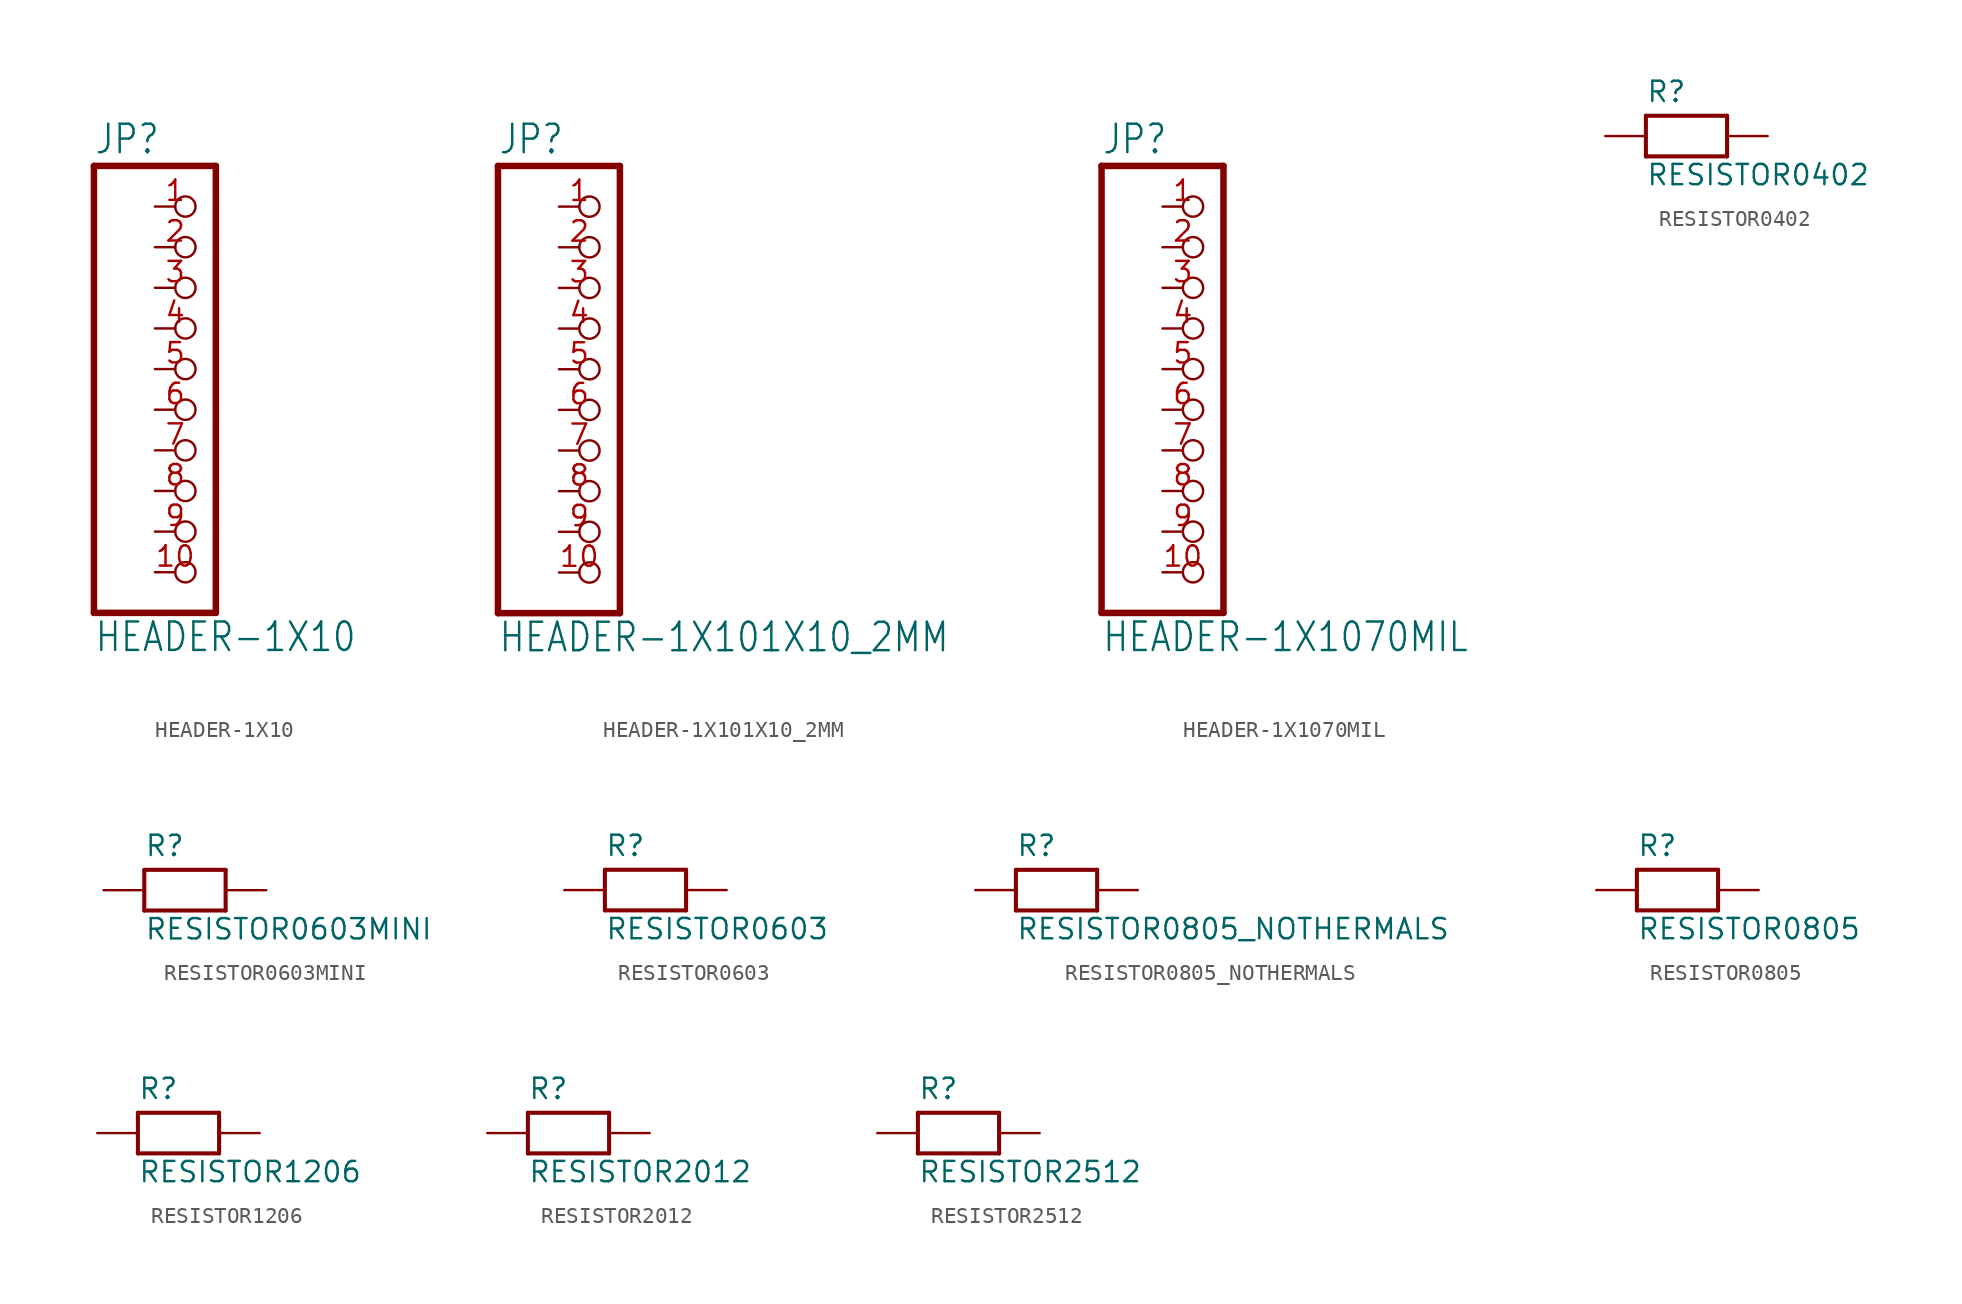
<source format=kicad_sym>
(kicad_symbol_lib
  (version 20220331)
  (generator kicad_symbol_editor)
  (symbol "HEADER-1X10"
    (property "Reference" "JP"
      (at -6.35 13.335 0)
      (effects (font (size 1.778 1.511)) (justify left bottom)))
    (property "Value" "HEADER-1X10"
      (at -6.35 -17.78 0)
      (effects (font (size 1.778 1.511)) (justify left bottom)))
    (property "ki_locked" ""
      (at 0 0 0)
      (effects (font (size 1.27 1.27))))
    (symbol "HEADER-1X10_1_0"
      (polyline (pts (xy -6.35 -15.24) (xy 1.27 -15.24)) (stroke (width 0.406) (type solid)) (fill (type none)))
      (polyline (pts (xy -6.35 12.7) (xy -6.35 -15.24)) (stroke (width 0.406) (type solid)) (fill (type none)))
      (polyline (pts (xy 1.27 -15.24) (xy 1.27 12.7)) (stroke (width 0.406) (type solid)) (fill (type none)))
      (polyline (pts (xy 1.27 12.7) (xy -6.35 12.7)) (stroke (width 0.406) (type solid)) (fill (type none)))
      (pin passive inverted (at -2.54 10.16 0) (length 2.54) (name "1" (effects (font (size 0 0)))) (number "1" (effects (font (size 1.27 1.27)))))
      (pin passive inverted (at -2.54 -12.7 0) (length 2.54) (name "10" (effects (font (size 0 0)))) (number "10" (effects (font (size 1.27 1.27)))))
      (pin passive inverted (at -2.54 7.62 0) (length 2.54) (name "2" (effects (font (size 0 0)))) (number "2" (effects (font (size 1.27 1.27)))))
      (pin passive inverted (at -2.54 5.08 0) (length 2.54) (name "3" (effects (font (size 0 0)))) (number "3" (effects (font (size 1.27 1.27)))))
      (pin passive inverted (at -2.54 2.54 0) (length 2.54) (name "4" (effects (font (size 0 0)))) (number "4" (effects (font (size 1.27 1.27)))))
      (pin passive inverted (at -2.54 0 0) (length 2.54) (name "5" (effects (font (size 0 0)))) (number "5" (effects (font (size 1.27 1.27)))))
      (pin passive inverted (at -2.54 -2.54 0) (length 2.54) (name "6" (effects (font (size 0 0)))) (number "6" (effects (font (size 1.27 1.27)))))
      (pin passive inverted (at -2.54 -5.08 0) (length 2.54) (name "7" (effects (font (size 0 0)))) (number "7" (effects (font (size 1.27 1.27)))))
      (pin passive inverted (at -2.54 -7.62 0) (length 2.54) (name "8" (effects (font (size 0 0)))) (number "8" (effects (font (size 1.27 1.27)))))
      (pin passive inverted (at -2.54 -10.16 0) (length 2.54) (name "9" (effects (font (size 0 0)))) (number "9" (effects (font (size 1.27 1.27)))))))
  (symbol "HEADER-1X101X10_2MM"
    (property "Reference" "JP"
      (at -6.35 13.335 0)
      (effects (font (size 1.778 1.511)) (justify left bottom)))
    (property "Value" "HEADER-1X101X10_2MM"
      (at -6.35 -17.78 0)
      (effects (font (size 1.778 1.511)) (justify left bottom)))
    (property "ki_locked" ""
      (at 0 0 0)
      (effects (font (size 1.27 1.27))))
    (symbol "HEADER-1X101X10_2MM_1_0"
      (polyline (pts (xy -6.35 -15.24) (xy 1.27 -15.24)) (stroke (width 0.406) (type solid)) (fill (type none)))
      (polyline (pts (xy -6.35 12.7) (xy -6.35 -15.24)) (stroke (width 0.406) (type solid)) (fill (type none)))
      (polyline (pts (xy 1.27 -15.24) (xy 1.27 12.7)) (stroke (width 0.406) (type solid)) (fill (type none)))
      (polyline (pts (xy 1.27 12.7) (xy -6.35 12.7)) (stroke (width 0.406) (type solid)) (fill (type none)))
      (pin passive inverted (at -2.54 10.16 0) (length 2.54) (name "1" (effects (font (size 0 0)))) (number "1" (effects (font (size 1.27 1.27)))))
      (pin passive inverted (at -2.54 -12.7 0) (length 2.54) (name "10" (effects (font (size 0 0)))) (number "10" (effects (font (size 1.27 1.27)))))
      (pin passive inverted (at -2.54 7.62 0) (length 2.54) (name "2" (effects (font (size 0 0)))) (number "2" (effects (font (size 1.27 1.27)))))
      (pin passive inverted (at -2.54 5.08 0) (length 2.54) (name "3" (effects (font (size 0 0)))) (number "3" (effects (font (size 1.27 1.27)))))
      (pin passive inverted (at -2.54 2.54 0) (length 2.54) (name "4" (effects (font (size 0 0)))) (number "4" (effects (font (size 1.27 1.27)))))
      (pin passive inverted (at -2.54 0 0) (length 2.54) (name "5" (effects (font (size 0 0)))) (number "5" (effects (font (size 1.27 1.27)))))
      (pin passive inverted (at -2.54 -2.54 0) (length 2.54) (name "6" (effects (font (size 0 0)))) (number "6" (effects (font (size 1.27 1.27)))))
      (pin passive inverted (at -2.54 -5.08 0) (length 2.54) (name "7" (effects (font (size 0 0)))) (number "7" (effects (font (size 1.27 1.27)))))
      (pin passive inverted (at -2.54 -7.62 0) (length 2.54) (name "8" (effects (font (size 0 0)))) (number "8" (effects (font (size 1.27 1.27)))))
      (pin passive inverted (at -2.54 -10.16 0) (length 2.54) (name "9" (effects (font (size 0 0)))) (number "9" (effects (font (size 1.27 1.27)))))))
  (symbol "HEADER-1X1070MIL"
    (property "Reference" "JP"
      (at -6.35 13.335 0)
      (effects (font (size 1.778 1.511)) (justify left bottom)))
    (property "Value" "HEADER-1X1070MIL"
      (at -6.35 -17.78 0)
      (effects (font (size 1.778 1.511)) (justify left bottom)))
    (property "ki_locked" ""
      (at 0 0 0)
      (effects (font (size 1.27 1.27))))
    (symbol "HEADER-1X1070MIL_1_0"
      (polyline (pts (xy -6.35 -15.24) (xy 1.27 -15.24)) (stroke (width 0.406) (type solid)) (fill (type none)))
      (polyline (pts (xy -6.35 12.7) (xy -6.35 -15.24)) (stroke (width 0.406) (type solid)) (fill (type none)))
      (polyline (pts (xy 1.27 -15.24) (xy 1.27 12.7)) (stroke (width 0.406) (type solid)) (fill (type none)))
      (polyline (pts (xy 1.27 12.7) (xy -6.35 12.7)) (stroke (width 0.406) (type solid)) (fill (type none)))
      (pin passive inverted (at -2.54 10.16 0) (length 2.54) (name "1" (effects (font (size 0 0)))) (number "1" (effects (font (size 1.27 1.27)))))
      (pin passive inverted (at -2.54 -12.7 0) (length 2.54) (name "10" (effects (font (size 0 0)))) (number "10" (effects (font (size 1.27 1.27)))))
      (pin passive inverted (at -2.54 7.62 0) (length 2.54) (name "2" (effects (font (size 0 0)))) (number "2" (effects (font (size 1.27 1.27)))))
      (pin passive inverted (at -2.54 5.08 0) (length 2.54) (name "3" (effects (font (size 0 0)))) (number "3" (effects (font (size 1.27 1.27)))))
      (pin passive inverted (at -2.54 2.54 0) (length 2.54) (name "4" (effects (font (size 0 0)))) (number "4" (effects (font (size 1.27 1.27)))))
      (pin passive inverted (at -2.54 0 0) (length 2.54) (name "5" (effects (font (size 0 0)))) (number "5" (effects (font (size 1.27 1.27)))))
      (pin passive inverted (at -2.54 -2.54 0) (length 2.54) (name "6" (effects (font (size 0 0)))) (number "6" (effects (font (size 1.27 1.27)))))
      (pin passive inverted (at -2.54 -5.08 0) (length 2.54) (name "7" (effects (font (size 0 0)))) (number "7" (effects (font (size 1.27 1.27)))))
      (pin passive inverted (at -2.54 -7.62 0) (length 2.54) (name "8" (effects (font (size 0 0)))) (number "8" (effects (font (size 1.27 1.27)))))
      (pin passive inverted (at -2.54 -10.16 0) (length 2.54) (name "9" (effects (font (size 0 0)))) (number "9" (effects (font (size 1.27 1.27)))))))
  (symbol "RESISTOR0402"
    (property "Reference" "R"
      (at -2.54 2.032 0)
      (effects (font (size 1.27 1.27)) (justify left bottom)))
    (property "Value" "RESISTOR0402"
      (at -2.54 -3.175 0)
      (effects (font (size 1.27 1.27)) (justify left bottom)))
    (property "ki_locked" ""
      (at 0 0 0)
      (effects (font (size 1.27 1.27))))
    (symbol "RESISTOR0402_1_0"
      (polyline (pts (xy -2.54 -1.27) (xy -2.54 1.27)) (stroke (width 0.254) (type solid)) (fill (type none)))
      (polyline (pts (xy -2.54 1.27) (xy 2.54 1.27)) (stroke (width 0.254) (type solid)) (fill (type none)))
      (polyline (pts (xy 2.54 -1.27) (xy -2.54 -1.27)) (stroke (width 0.254) (type solid)) (fill (type none)))
      (polyline (pts (xy 2.54 1.27) (xy 2.54 -1.27)) (stroke (width 0.254) (type solid)) (fill (type none)))
      (pin passive line (at -5.08 0 0) (length 2.54) (name "1" (effects (font (size 0 0)))) (number "1" (effects (font (size 0 0)))))
      (pin passive line (at 5.08 0 180) (length 2.54) (name "2" (effects (font (size 0 0)))) (number "2" (effects (font (size 0 0)))))))
  (symbol "RESISTOR0603MINI"
    (property "Reference" "R"
      (at -2.54 2.032 0)
      (effects (font (size 1.27 1.27)) (justify left bottom)))
    (property "Value" "RESISTOR0603MINI"
      (at -2.54 -3.175 0)
      (effects (font (size 1.27 1.27)) (justify left bottom)))
    (property "ki_locked" ""
      (at 0 0 0)
      (effects (font (size 1.27 1.27))))
    (symbol "RESISTOR0603MINI_1_0"
      (polyline (pts (xy -2.54 -1.27) (xy -2.54 1.27)) (stroke (width 0.254) (type solid)) (fill (type none)))
      (polyline (pts (xy -2.54 1.27) (xy 2.54 1.27)) (stroke (width 0.254) (type solid)) (fill (type none)))
      (polyline (pts (xy 2.54 -1.27) (xy -2.54 -1.27)) (stroke (width 0.254) (type solid)) (fill (type none)))
      (polyline (pts (xy 2.54 1.27) (xy 2.54 -1.27)) (stroke (width 0.254) (type solid)) (fill (type none)))
      (pin passive line (at -5.08 0 0) (length 2.54) (name "1" (effects (font (size 0 0)))) (number "1" (effects (font (size 0 0)))))
      (pin passive line (at 5.08 0 180) (length 2.54) (name "2" (effects (font (size 0 0)))) (number "2" (effects (font (size 0 0)))))))
  (symbol "RESISTOR0603"
    (property "Reference" "R"
      (at -2.54 2.032 0)
      (effects (font (size 1.27 1.27)) (justify left bottom)))
    (property "Value" "RESISTOR0603"
      (at -2.54 -3.175 0)
      (effects (font (size 1.27 1.27)) (justify left bottom)))
    (property "ki_locked" ""
      (at 0 0 0)
      (effects (font (size 1.27 1.27))))
    (symbol "RESISTOR0603_1_0"
      (polyline (pts (xy -2.54 -1.27) (xy -2.54 1.27)) (stroke (width 0.254) (type solid)) (fill (type none)))
      (polyline (pts (xy -2.54 1.27) (xy 2.54 1.27)) (stroke (width 0.254) (type solid)) (fill (type none)))
      (polyline (pts (xy 2.54 -1.27) (xy -2.54 -1.27)) (stroke (width 0.254) (type solid)) (fill (type none)))
      (polyline (pts (xy 2.54 1.27) (xy 2.54 -1.27)) (stroke (width 0.254) (type solid)) (fill (type none)))
      (pin passive line (at -5.08 0 0) (length 2.54) (name "1" (effects (font (size 0 0)))) (number "1" (effects (font (size 0 0)))))
      (pin passive line (at 5.08 0 180) (length 2.54) (name "2" (effects (font (size 0 0)))) (number "2" (effects (font (size 0 0)))))))
  (symbol "RESISTOR0805_NOTHERMALS"
    (property "Reference" "R"
      (at -2.54 2.032 0)
      (effects (font (size 1.27 1.27)) (justify left bottom)))
    (property "Value" "RESISTOR0805_NOTHERMALS"
      (at -2.54 -3.175 0)
      (effects (font (size 1.27 1.27)) (justify left bottom)))
    (property "ki_locked" ""
      (at 0 0 0)
      (effects (font (size 1.27 1.27))))
    (symbol "RESISTOR0805_NOTHERMALS_1_0"
      (polyline (pts (xy -2.54 -1.27) (xy -2.54 1.27)) (stroke (width 0.254) (type solid)) (fill (type none)))
      (polyline (pts (xy -2.54 1.27) (xy 2.54 1.27)) (stroke (width 0.254) (type solid)) (fill (type none)))
      (polyline (pts (xy 2.54 -1.27) (xy -2.54 -1.27)) (stroke (width 0.254) (type solid)) (fill (type none)))
      (polyline (pts (xy 2.54 1.27) (xy 2.54 -1.27)) (stroke (width 0.254) (type solid)) (fill (type none)))
      (pin passive line (at -5.08 0 0) (length 2.54) (name "1" (effects (font (size 0 0)))) (number "1" (effects (font (size 0 0)))))
      (pin passive line (at 5.08 0 180) (length 2.54) (name "2" (effects (font (size 0 0)))) (number "2" (effects (font (size 0 0)))))))
  (symbol "RESISTOR0805"
    (property "Reference" "R"
      (at -2.54 2.032 0)
      (effects (font (size 1.27 1.27)) (justify left bottom)))
    (property "Value" "RESISTOR0805"
      (at -2.54 -3.175 0)
      (effects (font (size 1.27 1.27)) (justify left bottom)))
    (property "ki_locked" ""
      (at 0 0 0)
      (effects (font (size 1.27 1.27))))
    (symbol "RESISTOR0805_1_0"
      (polyline (pts (xy -2.54 -1.27) (xy -2.54 1.27)) (stroke (width 0.254) (type solid)) (fill (type none)))
      (polyline (pts (xy -2.54 1.27) (xy 2.54 1.27)) (stroke (width 0.254) (type solid)) (fill (type none)))
      (polyline (pts (xy 2.54 -1.27) (xy -2.54 -1.27)) (stroke (width 0.254) (type solid)) (fill (type none)))
      (polyline (pts (xy 2.54 1.27) (xy 2.54 -1.27)) (stroke (width 0.254) (type solid)) (fill (type none)))
      (pin passive line (at -5.08 0 0) (length 2.54) (name "1" (effects (font (size 0 0)))) (number "1" (effects (font (size 0 0)))))
      (pin passive line (at 5.08 0 180) (length 2.54) (name "2" (effects (font (size 0 0)))) (number "2" (effects (font (size 0 0)))))))
  (symbol "RESISTOR1206"
    (property "Reference" "R"
      (at -2.54 2.032 0)
      (effects (font (size 1.27 1.27)) (justify left bottom)))
    (property "Value" "RESISTOR1206"
      (at -2.54 -3.175 0)
      (effects (font (size 1.27 1.27)) (justify left bottom)))
    (property "ki_locked" ""
      (at 0 0 0)
      (effects (font (size 1.27 1.27))))
    (symbol "RESISTOR1206_1_0"
      (polyline (pts (xy -2.54 -1.27) (xy -2.54 1.27)) (stroke (width 0.254) (type solid)) (fill (type none)))
      (polyline (pts (xy -2.54 1.27) (xy 2.54 1.27)) (stroke (width 0.254) (type solid)) (fill (type none)))
      (polyline (pts (xy 2.54 -1.27) (xy -2.54 -1.27)) (stroke (width 0.254) (type solid)) (fill (type none)))
      (polyline (pts (xy 2.54 1.27) (xy 2.54 -1.27)) (stroke (width 0.254) (type solid)) (fill (type none)))
      (pin passive line (at -5.08 0 0) (length 2.54) (name "1" (effects (font (size 0 0)))) (number "1" (effects (font (size 0 0)))))
      (pin passive line (at 5.08 0 180) (length 2.54) (name "2" (effects (font (size 0 0)))) (number "2" (effects (font (size 0 0)))))))
  (symbol "RESISTOR2012"
    (property "Reference" "R"
      (at -2.54 2.032 0)
      (effects (font (size 1.27 1.27)) (justify left bottom)))
    (property "Value" "RESISTOR2012"
      (at -2.54 -3.175 0)
      (effects (font (size 1.27 1.27)) (justify left bottom)))
    (property "ki_locked" ""
      (at 0 0 0)
      (effects (font (size 1.27 1.27))))
    (symbol "RESISTOR2012_1_0"
      (polyline (pts (xy -2.54 -1.27) (xy -2.54 1.27)) (stroke (width 0.254) (type solid)) (fill (type none)))
      (polyline (pts (xy -2.54 1.27) (xy 2.54 1.27)) (stroke (width 0.254) (type solid)) (fill (type none)))
      (polyline (pts (xy 2.54 -1.27) (xy -2.54 -1.27)) (stroke (width 0.254) (type solid)) (fill (type none)))
      (polyline (pts (xy 2.54 1.27) (xy 2.54 -1.27)) (stroke (width 0.254) (type solid)) (fill (type none)))
      (pin passive line (at -5.08 0 0) (length 2.54) (name "1" (effects (font (size 0 0)))) (number "1" (effects (font (size 0 0)))))
      (pin passive line (at 5.08 0 180) (length 2.54) (name "2" (effects (font (size 0 0)))) (number "2" (effects (font (size 0 0)))))))
  (symbol "RESISTOR2512"
    (property "Reference" "R"
      (at -2.54 2.032 0)
      (effects (font (size 1.27 1.27)) (justify left bottom)))
    (property "Value" "RESISTOR2512"
      (at -2.54 -3.175 0)
      (effects (font (size 1.27 1.27)) (justify left bottom)))
    (property "ki_locked" ""
      (at 0 0 0)
      (effects (font (size 1.27 1.27))))
    (symbol "RESISTOR2512_1_0"
      (polyline (pts (xy -2.54 -1.27) (xy -2.54 1.27)) (stroke (width 0.254) (type solid)) (fill (type none)))
      (polyline (pts (xy -2.54 1.27) (xy 2.54 1.27)) (stroke (width 0.254) (type solid)) (fill (type none)))
      (polyline (pts (xy 2.54 -1.27) (xy -2.54 -1.27)) (stroke (width 0.254) (type solid)) (fill (type none)))
      (polyline (pts (xy 2.54 1.27) (xy 2.54 -1.27)) (stroke (width 0.254) (type solid)) (fill (type none)))
      (pin passive line (at -5.08 0 0) (length 2.54) (name "1" (effects (font (size 0 0)))) (number "1" (effects (font (size 0 0)))))
      (pin passive line (at 5.08 0 180) (length 2.54) (name "2" (effects (font (size 0 0)))) (number "2" (effects (font (size 0 0))))))))
</source>
